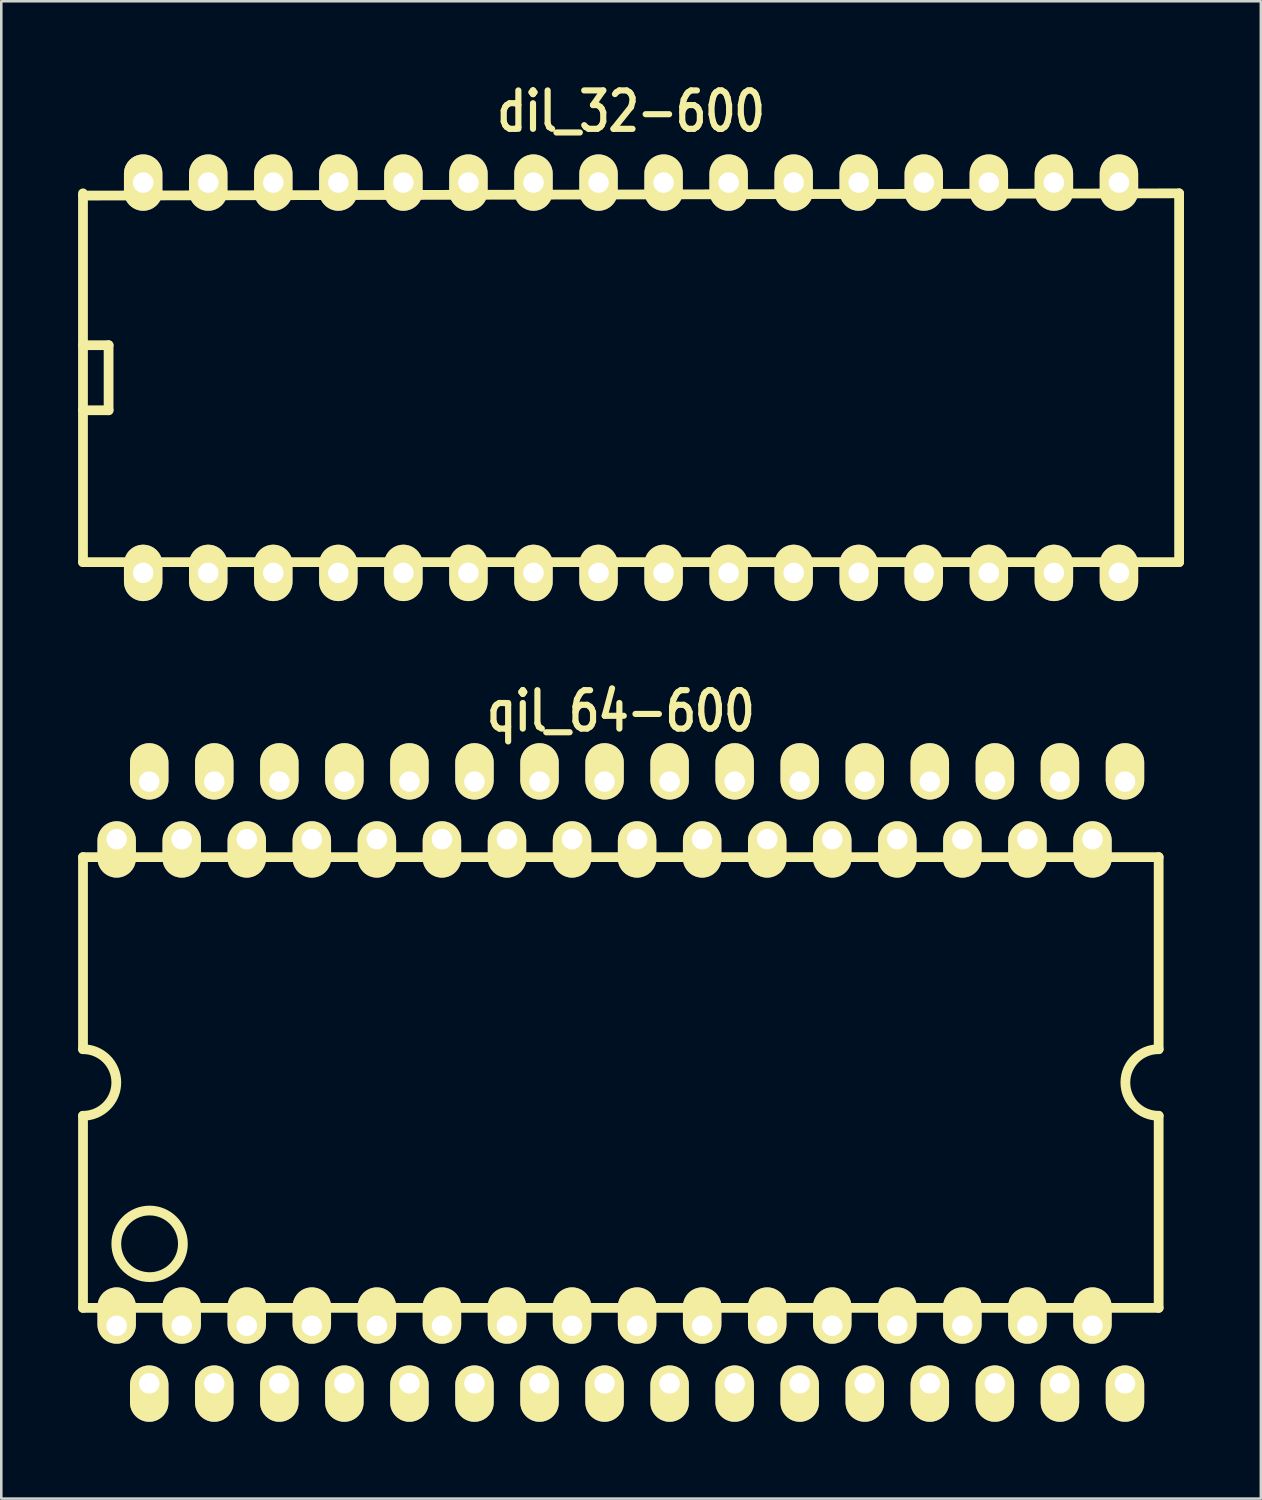
<source format=kicad_pcb>
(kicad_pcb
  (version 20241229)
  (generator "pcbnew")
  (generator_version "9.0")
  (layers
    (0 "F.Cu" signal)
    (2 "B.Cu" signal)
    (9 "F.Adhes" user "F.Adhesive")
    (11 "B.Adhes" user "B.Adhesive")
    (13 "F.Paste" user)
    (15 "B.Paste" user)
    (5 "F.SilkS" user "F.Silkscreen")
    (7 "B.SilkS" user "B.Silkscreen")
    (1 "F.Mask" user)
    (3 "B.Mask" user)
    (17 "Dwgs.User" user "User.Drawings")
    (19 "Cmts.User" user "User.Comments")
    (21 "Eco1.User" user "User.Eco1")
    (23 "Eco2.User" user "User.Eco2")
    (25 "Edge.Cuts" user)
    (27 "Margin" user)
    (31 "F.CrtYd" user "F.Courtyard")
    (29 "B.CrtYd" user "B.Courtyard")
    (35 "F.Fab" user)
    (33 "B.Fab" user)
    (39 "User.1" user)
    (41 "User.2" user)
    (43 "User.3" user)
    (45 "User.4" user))
  (footprint "dil_32-600"
    (layer "F.Cu")
    (at 21.59 11.699)
    (property "Reference" "dil_32-600" (at 0 -10.4 0) (layer "F.SilkS") (effects (font (size 1.5 1.2) (thickness 0.24))))
    (attr through_hole)
    (fp_line (start -21.4 -7.2) (end -21.4 7.2) (stroke (width 0.381) (type solid)) (layer "F.SilkS"))
    (fp_line (start -20.4 -1.27) (end -21.4 -1.27) (stroke (width 0.381) (type solid)) (layer "F.SilkS"))
    (fp_line (start -20.4 -1.27) (end -20.4 1.27) (stroke (width 0.381) (type solid)) (layer "F.SilkS"))
    (fp_line (start -20.4 1.27) (end -21.4 1.27) (stroke (width 0.381) (type solid)) (layer "F.SilkS"))
    (fp_line (start 21.4 -7.2) (end -21.4 -7.112) (stroke (width 0.381) (type solid)) (layer "F.SilkS"))
    (fp_line (start 21.4 7.2) (end -21.4 7.2) (stroke (width 0.381) (type solid)) (layer "F.SilkS"))
    (fp_line (start 21.4 7.2) (end 21.4 -7.2) (stroke (width 0.381) (type solid)) (layer "F.SilkS"))
    (pad "1" thru_hole oval (at -19.05 7.62) (size 1.5 2.2) (drill 0.8) (layers "*.Cu" "*.Mask" "F.SilkS"))
    (pad "2" thru_hole oval (at -16.51 7.62) (size 1.5 2.2) (drill 0.8) (layers "*.Cu" "*.Mask" "F.SilkS"))
    (pad "3" thru_hole oval (at -13.97 7.62) (size 1.5 2.2) (drill 0.8) (layers "*.Cu" "*.Mask" "F.SilkS"))
    (pad "4" thru_hole oval (at -11.43 7.62) (size 1.5 2.2) (drill 0.8) (layers "*.Cu" "*.Mask" "F.SilkS"))
    (pad "5" thru_hole oval (at -8.89 7.62) (size 1.5 2.2) (drill 0.8) (layers "*.Cu" "*.Mask" "F.SilkS"))
    (pad "6" thru_hole oval (at -6.35 7.62) (size 1.5 2.2) (drill 0.8) (layers "*.Cu" "*.Mask" "F.SilkS"))
    (pad "7" thru_hole oval (at -3.81 7.62) (size 1.5 2.2) (drill 0.8) (layers "*.Cu" "*.Mask" "F.SilkS"))
    (pad "8" thru_hole oval (at -1.27 7.62) (size 1.5 2.2) (drill 0.8) (layers "*.Cu" "*.Mask" "F.SilkS"))
    (pad "9" thru_hole oval (at 1.27 7.62) (size 1.5 2.2) (drill 0.8) (layers "*.Cu" "*.Mask" "F.SilkS"))
    (pad "10" thru_hole oval (at 3.81 7.62) (size 1.5 2.2) (drill 0.8) (layers "*.Cu" "*.Mask" "F.SilkS"))
    (pad "11" thru_hole oval (at 6.35 7.62) (size 1.5 2.2) (drill 0.8) (layers "*.Cu" "*.Mask" "F.SilkS"))
    (pad "12" thru_hole oval (at 8.89 7.62) (size 1.5 2.2) (drill 0.8) (layers "*.Cu" "*.Mask" "F.SilkS"))
    (pad "13" thru_hole oval (at 11.43 7.62) (size 1.5 2.2) (drill 0.8) (layers "*.Cu" "*.Mask" "F.SilkS"))
    (pad "14" thru_hole oval (at 13.97 7.62) (size 1.5 2.2) (drill 0.8) (layers "*.Cu" "*.Mask" "F.SilkS"))
    (pad "15" thru_hole oval (at 16.51 7.62) (size 1.5 2.2) (drill 0.8) (layers "*.Cu" "*.Mask" "F.SilkS"))
    (pad "16" thru_hole oval (at 19.05 7.62) (size 1.5 2.2) (drill 0.8) (layers "*.Cu" "*.Mask" "F.SilkS"))
    (pad "17" thru_hole oval (at 19.05 -7.62) (size 1.5 2.2) (drill 0.8) (layers "*.Cu" "*.Mask" "F.SilkS"))
    (pad "18" thru_hole oval (at 16.51 -7.62) (size 1.5 2.2) (drill 0.8) (layers "*.Cu" "*.Mask" "F.SilkS"))
    (pad "19" thru_hole oval (at 13.97 -7.62) (size 1.5 2.2) (drill 0.8) (layers "*.Cu" "*.Mask" "F.SilkS"))
    (pad "20" thru_hole oval (at 11.43 -7.62) (size 1.5 2.2) (drill 0.8) (layers "*.Cu" "*.Mask" "F.SilkS"))
    (pad "21" thru_hole oval (at 8.89 -7.62) (size 1.5 2.2) (drill 0.8) (layers "*.Cu" "*.Mask" "F.SilkS"))
    (pad "22" thru_hole oval (at 6.35 -7.62) (size 1.5 2.2) (drill 0.8) (layers "*.Cu" "*.Mask" "F.SilkS"))
    (pad "23" thru_hole oval (at 3.81 -7.62) (size 1.5 2.2) (drill 0.8) (layers "*.Cu" "*.Mask" "F.SilkS"))
    (pad "24" thru_hole oval (at 1.27 -7.62) (size 1.5 2.2) (drill 0.8) (layers "*.Cu" "*.Mask" "F.SilkS"))
    (pad "25" thru_hole oval (at -1.27 -7.62) (size 1.5 2.2) (drill 0.8) (layers "*.Cu" "*.Mask" "F.SilkS"))
    (pad "26" thru_hole oval (at -3.81 -7.62) (size 1.5 2.2) (drill 0.8) (layers "*.Cu" "*.Mask" "F.SilkS"))
    (pad "27" thru_hole oval (at -6.35 -7.62) (size 1.5 2.2) (drill 0.8) (layers "*.Cu" "*.Mask" "F.SilkS"))
    (pad "28" thru_hole oval (at -8.89 -7.62) (size 1.5 2.2) (drill 0.8) (layers "*.Cu" "*.Mask" "F.SilkS"))
    (pad "29" thru_hole oval (at -11.43 -7.62) (size 1.5 2.2) (drill 0.8) (layers "*.Cu" "*.Mask" "F.SilkS"))
    (pad "30" thru_hole oval (at -13.97 -7.62) (size 1.5 2.2) (drill 0.8) (layers "*.Cu" "*.Mask" "F.SilkS"))
    (pad "31" thru_hole oval (at -16.51 -7.62) (size 1.5 2.2) (drill 0.8) (layers "*.Cu" "*.Mask" "F.SilkS"))
    (pad "32" thru_hole oval (at -19.05 -7.62) (size 1.5 2.2) (drill 0.8) (layers "*.Cu" "*.Mask" "F.SilkS")))
  (footprint "qil_64-600"
    (layer "F.Cu")
    (at 21.191 39.217)
    (property "Reference" "qil_64-600" (at 0 -14.5 0) (layer "F.SilkS") (effects (font (size 1.5 1.2) (thickness 0.24))))
    (attr through_hole)
    (fp_line (start -21 -8.8) (end -21 -1.3) (stroke (width 0.381) (type solid)) (layer "F.SilkS"))
    (fp_line (start -21 8.8) (end -21 1.3) (stroke (width 0.381) (type solid)) (layer "F.SilkS"))
    (fp_line (start 21 -8.8) (end -21 -8.8) (stroke (width 0.381) (type solid)) (layer "F.SilkS"))
    (fp_line (start 21 -1.3) (end 21 -8.8) (stroke (width 0.381) (type solid)) (layer "F.SilkS"))
    (fp_line (start 21 8.8) (end -21 8.8) (stroke (width 0.381) (type solid)) (layer "F.SilkS"))
    (fp_line (start 21 8.8) (end 21 1.3) (stroke (width 0.381) (type solid)) (layer "F.SilkS"))
    (fp_arc (start -21 -1.3) (mid -19.7 0) (end -21 1.3) (stroke (width 0.381) (type solid)) (layer "F.SilkS"))
    (fp_arc (start 21 1.3) (mid 19.7 0) (end 21 -1.3) (stroke (width 0.381) (type solid)) (layer "F.SilkS"))
    (fp_circle (center -18.4 6.3) (end -17.1 6.3) (stroke (width 0.381) (type solid)) (fill no) (layer "F.SilkS"))
    (pad "1" thru_hole oval (at -19.685 9.5) (size 1.5 2.2) (drill 0.8 (offset 0 -0.4)) (layers "*.Cu" "*.Mask" "F.SilkS"))
    (pad "2" thru_hole oval (at -18.415 11.748) (size 1.5 2.2) (drill 0.8 (offset 0 0.4)) (layers "*.Cu" "*.Mask" "F.SilkS"))
    (pad "3" thru_hole oval (at -17.145 9.5) (size 1.5 2.2) (drill 0.8 (offset 0 -0.4)) (layers "*.Cu" "*.Mask" "F.SilkS"))
    (pad "4" thru_hole oval (at -15.875 11.748) (size 1.5 2.2) (drill 0.8 (offset 0 0.4)) (layers "*.Cu" "*.Mask" "F.SilkS"))
    (pad "5" thru_hole oval (at -14.605 9.5) (size 1.5 2.2) (drill 0.8 (offset 0 -0.4)) (layers "*.Cu" "*.Mask" "F.SilkS"))
    (pad "6" thru_hole oval (at -13.335 11.748) (size 1.5 2.2) (drill 0.8 (offset 0 0.4)) (layers "*.Cu" "*.Mask" "F.SilkS"))
    (pad "7" thru_hole oval (at -12.065 9.5) (size 1.5 2.2) (drill 0.8 (offset 0 -0.4)) (layers "*.Cu" "*.Mask" "F.SilkS"))
    (pad "8" thru_hole oval (at -10.795 11.748) (size 1.5 2.2) (drill 0.8 (offset 0 0.4)) (layers "*.Cu" "*.Mask" "F.SilkS"))
    (pad "9" thru_hole oval (at -9.525 9.5) (size 1.5 2.2) (drill 0.8 (offset 0 -0.4)) (layers "*.Cu" "*.Mask" "F.SilkS"))
    (pad "10" thru_hole oval (at -8.255 11.748) (size 1.5 2.2) (drill 0.8 (offset 0 0.4)) (layers "*.Cu" "*.Mask" "F.SilkS"))
    (pad "11" thru_hole oval (at -6.985 9.5) (size 1.5 2.2) (drill 0.8 (offset 0 -0.4)) (layers "*.Cu" "*.Mask" "F.SilkS"))
    (pad "12" thru_hole oval (at -5.715 11.748) (size 1.5 2.2) (drill 0.8 (offset 0 0.4)) (layers "*.Cu" "*.Mask" "F.SilkS"))
    (pad "13" thru_hole oval (at -4.445 9.5) (size 1.5 2.2) (drill 0.8 (offset 0 -0.4)) (layers "*.Cu" "*.Mask" "F.SilkS"))
    (pad "14" thru_hole oval (at -3.175 11.748) (size 1.5 2.2) (drill 0.8 (offset 0 0.4)) (layers "*.Cu" "*.Mask" "F.SilkS"))
    (pad "15" thru_hole oval (at -1.905 9.5) (size 1.5 2.2) (drill 0.8 (offset 0 -0.4)) (layers "*.Cu" "*.Mask" "F.SilkS"))
    (pad "16" thru_hole oval (at -0.635 11.748) (size 1.5 2.2) (drill 0.8 (offset 0 0.4)) (layers "*.Cu" "*.Mask" "F.SilkS"))
    (pad "17" thru_hole oval (at 0.635 9.5) (size 1.5 2.2) (drill 0.8 (offset 0 -0.4)) (layers "*.Cu" "*.Mask" "F.SilkS"))
    (pad "18" thru_hole oval (at 1.905 11.748) (size 1.5 2.2) (drill 0.8 (offset 0 0.4)) (layers "*.Cu" "*.Mask" "F.SilkS"))
    (pad "19" thru_hole oval (at 3.175 9.5) (size 1.5 2.2) (drill 0.8 (offset 0 -0.4)) (layers "*.Cu" "*.Mask" "F.SilkS"))
    (pad "20" thru_hole oval (at 4.445 11.748) (size 1.5 2.2) (drill 0.8 (offset 0 0.4)) (layers "*.Cu" "*.Mask" "F.SilkS"))
    (pad "21" thru_hole oval (at 5.715 9.5) (size 1.5 2.2) (drill 0.8 (offset 0 -0.4)) (layers "*.Cu" "*.Mask" "F.SilkS"))
    (pad "22" thru_hole oval (at 6.985 11.748) (size 1.5 2.2) (drill 0.8 (offset 0 0.4)) (layers "*.Cu" "*.Mask" "F.SilkS"))
    (pad "23" thru_hole oval (at 8.255 9.5) (size 1.5 2.2) (drill 0.8 (offset 0 -0.4)) (layers "*.Cu" "*.Mask" "F.SilkS"))
    (pad "24" thru_hole oval (at 9.525 11.748) (size 1.5 2.2) (drill 0.8 (offset 0 0.4)) (layers "*.Cu" "*.Mask" "F.SilkS"))
    (pad "25" thru_hole oval (at 10.795 9.5) (size 1.5 2.2) (drill 0.8 (offset 0 -0.4)) (layers "*.Cu" "*.Mask" "F.SilkS"))
    (pad "26" thru_hole oval (at 12.065 11.748) (size 1.5 2.2) (drill 0.8 (offset 0 0.4)) (layers "*.Cu" "*.Mask" "F.SilkS"))
    (pad "27" thru_hole oval (at 13.335 9.5) (size 1.5 2.2) (drill 0.8 (offset 0 -0.4)) (layers "*.Cu" "*.Mask" "F.SilkS"))
    (pad "28" thru_hole oval (at 14.605 11.748) (size 1.5 2.2) (drill 0.8 (offset 0 0.4)) (layers "*.Cu" "*.Mask" "F.SilkS"))
    (pad "29" thru_hole oval (at 15.875 9.5) (size 1.5 2.2) (drill 0.8 (offset 0 -0.4)) (layers "*.Cu" "*.Mask" "F.SilkS"))
    (pad "30" thru_hole oval (at 17.145 11.748) (size 1.5 2.2) (drill 0.8 (offset 0 0.4)) (layers "*.Cu" "*.Mask" "F.SilkS"))
    (pad "31" thru_hole oval (at 18.415 9.5) (size 1.5 2.2) (drill 0.8 (offset 0 -0.4)) (layers "*.Cu" "*.Mask" "F.SilkS"))
    (pad "32" thru_hole oval (at 19.685 11.748) (size 1.5 2.2) (drill 0.8 (offset 0 0.4)) (layers "*.Cu" "*.Mask" "F.SilkS"))
    (pad "33" thru_hole oval (at 19.685 -11.748) (size 1.5 2.2) (drill 0.8 (offset 0 -0.4)) (layers "*.Cu" "*.Mask" "F.SilkS"))
    (pad "34" thru_hole oval (at 18.415 -9.5) (size 1.5 2.2) (drill 0.8 (offset 0 0.4)) (layers "*.Cu" "*.Mask" "F.SilkS"))
    (pad "35" thru_hole oval (at 17.145 -11.748) (size 1.5 2.2) (drill 0.8 (offset 0 -0.4)) (layers "*.Cu" "*.Mask" "F.SilkS"))
    (pad "36" thru_hole oval (at 15.875 -9.5) (size 1.5 2.2) (drill 0.8 (offset 0 0.4)) (layers "*.Cu" "*.Mask" "F.SilkS"))
    (pad "37" thru_hole oval (at 14.605 -11.748) (size 1.5 2.2) (drill 0.8 (offset 0 -0.4)) (layers "*.Cu" "*.Mask" "F.SilkS"))
    (pad "38" thru_hole oval (at 13.335 -9.5) (size 1.5 2.2) (drill 0.8 (offset 0 0.4)) (layers "*.Cu" "*.Mask" "F.SilkS"))
    (pad "39" thru_hole oval (at 12.065 -11.748) (size 1.5 2.2) (drill 0.8 (offset 0 -0.4)) (layers "*.Cu" "*.Mask" "F.SilkS"))
    (pad "40" thru_hole oval (at 10.795 -9.5) (size 1.5 2.2) (drill 0.8 (offset 0 0.4)) (layers "*.Cu" "*.Mask" "F.SilkS"))
    (pad "41" thru_hole oval (at 9.525 -11.748) (size 1.5 2.2) (drill 0.8 (offset 0 -0.4)) (layers "*.Cu" "*.Mask" "F.SilkS"))
    (pad "42" thru_hole oval (at 8.255 -9.5) (size 1.5 2.2) (drill 0.8 (offset 0 0.4)) (layers "*.Cu" "*.Mask" "F.SilkS"))
    (pad "43" thru_hole oval (at 6.985 -11.748) (size 1.5 2.2) (drill 0.8 (offset 0 -0.4)) (layers "*.Cu" "*.Mask" "F.SilkS"))
    (pad "44" thru_hole oval (at 5.715 -9.5) (size 1.5 2.2) (drill 0.8 (offset 0 0.4)) (layers "*.Cu" "*.Mask" "F.SilkS"))
    (pad "45" thru_hole oval (at 4.445 -11.748) (size 1.5 2.2) (drill 0.8 (offset 0 -0.4)) (layers "*.Cu" "*.Mask" "F.SilkS"))
    (pad "46" thru_hole oval (at 3.175 -9.5) (size 1.5 2.2) (drill 0.8 (offset 0 0.4)) (layers "*.Cu" "*.Mask" "F.SilkS"))
    (pad "47" thru_hole oval (at 1.905 -11.748) (size 1.5 2.2) (drill 0.8 (offset 0 -0.4)) (layers "*.Cu" "*.Mask" "F.SilkS"))
    (pad "48" thru_hole oval (at 0.635 -9.5) (size 1.5 2.2) (drill 0.8 (offset 0 0.4)) (layers "*.Cu" "*.Mask" "F.SilkS"))
    (pad "49" thru_hole oval (at -0.635 -11.748) (size 1.5 2.2) (drill 0.8 (offset 0 -0.4)) (layers "*.Cu" "*.Mask" "F.SilkS"))
    (pad "50" thru_hole oval (at -1.905 -9.5) (size 1.5 2.2) (drill 0.8 (offset 0 0.4)) (layers "*.Cu" "*.Mask" "F.SilkS"))
    (pad "51" thru_hole oval (at -3.175 -11.748) (size 1.5 2.2) (drill 0.8 (offset 0 -0.4)) (layers "*.Cu" "*.Mask" "F.SilkS"))
    (pad "52" thru_hole oval (at -4.445 -9.5) (size 1.5 2.2) (drill 0.8 (offset 0 0.4)) (layers "*.Cu" "*.Mask" "F.SilkS"))
    (pad "53" thru_hole oval (at -5.715 -11.748) (size 1.5 2.2) (drill 0.8 (offset 0 -0.4)) (layers "*.Cu" "*.Mask" "F.SilkS"))
    (pad "54" thru_hole oval (at -6.985 -9.5) (size 1.5 2.2) (drill 0.8 (offset 0 0.4)) (layers "*.Cu" "*.Mask" "F.SilkS"))
    (pad "55" thru_hole oval (at -8.255 -11.748) (size 1.5 2.2) (drill 0.8 (offset 0 -0.4)) (layers "*.Cu" "*.Mask" "F.SilkS"))
    (pad "56" thru_hole oval (at -9.525 -9.5) (size 1.5 2.2) (drill 0.8 (offset 0 0.4)) (layers "*.Cu" "*.Mask" "F.SilkS"))
    (pad "57" thru_hole oval (at -10.795 -11.748) (size 1.5 2.2) (drill 0.8 (offset 0 -0.4)) (layers "*.Cu" "*.Mask" "F.SilkS"))
    (pad "58" thru_hole oval (at -12.065 -9.5) (size 1.5 2.2) (drill 0.8 (offset 0 0.4)) (layers "*.Cu" "*.Mask" "F.SilkS"))
    (pad "59" thru_hole oval (at -13.335 -11.748) (size 1.5 2.2) (drill 0.8 (offset 0 -0.4)) (layers "*.Cu" "*.Mask" "F.SilkS"))
    (pad "60" thru_hole oval (at -14.605 -9.5) (size 1.5 2.2) (drill 0.8 (offset 0 0.4)) (layers "*.Cu" "*.Mask" "F.SilkS"))
    (pad "61" thru_hole oval (at -15.875 -11.748) (size 1.5 2.2) (drill 0.8 (offset 0 -0.4)) (layers "*.Cu" "*.Mask" "F.SilkS"))
    (pad "62" thru_hole oval (at -17.145 -9.5) (size 1.5 2.2) (drill 0.8 (offset 0 0.4)) (layers "*.Cu" "*.Mask" "F.SilkS"))
    (pad "63" thru_hole oval (at -18.415 -11.748) (size 1.5 2.2) (drill 0.8 (offset 0 -0.4)) (layers "*.Cu" "*.Mask" "F.SilkS"))
    (pad "64" thru_hole oval (at -19.685 -9.5) (size 1.5 2.2) (drill 0.8 (offset 0 0.4)) (layers "*.Cu" "*.Mask" "F.SilkS")))
  (gr_rect
    (start -3 -3)
    (end 46.181 55.465)
    (stroke (width 0.1) (type default))
    (fill no)
    (layer "Edge.Cuts")))
</source>
